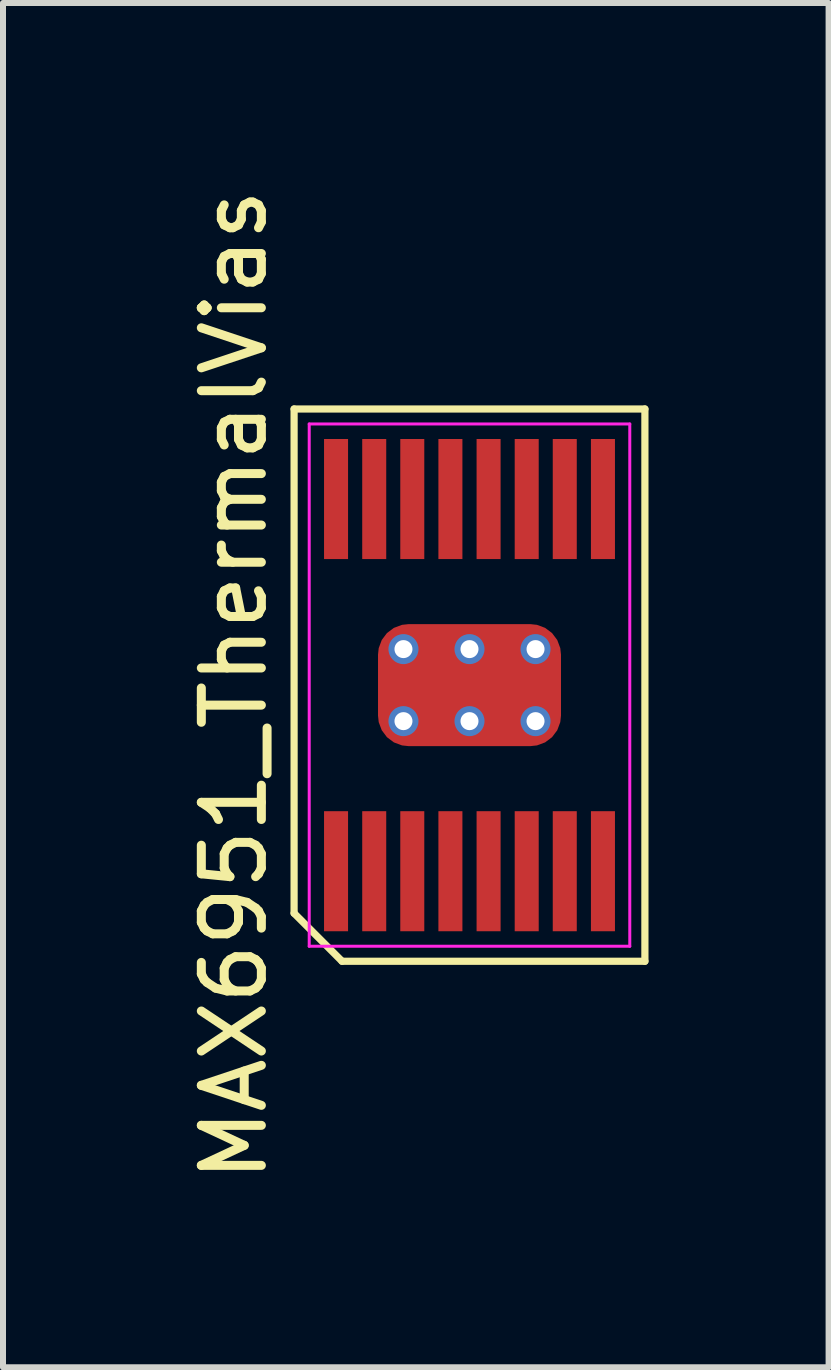
<source format=kicad_pcb>
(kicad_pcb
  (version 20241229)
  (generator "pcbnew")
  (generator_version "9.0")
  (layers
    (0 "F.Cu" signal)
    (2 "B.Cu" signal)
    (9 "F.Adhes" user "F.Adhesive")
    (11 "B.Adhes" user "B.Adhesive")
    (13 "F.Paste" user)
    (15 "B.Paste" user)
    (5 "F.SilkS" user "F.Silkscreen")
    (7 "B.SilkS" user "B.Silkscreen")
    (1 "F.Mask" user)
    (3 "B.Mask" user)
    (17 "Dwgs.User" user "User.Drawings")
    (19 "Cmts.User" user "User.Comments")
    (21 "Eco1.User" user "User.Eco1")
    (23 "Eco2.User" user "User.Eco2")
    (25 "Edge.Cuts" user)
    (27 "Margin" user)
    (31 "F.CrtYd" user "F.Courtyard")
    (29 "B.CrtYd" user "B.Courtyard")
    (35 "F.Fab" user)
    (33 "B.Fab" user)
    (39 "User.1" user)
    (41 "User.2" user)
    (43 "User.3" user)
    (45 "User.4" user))
  (footprint "MAX6951_ThermalVias"
    (layer "F.Cu")
    (at 4.771 8.363)
    (property "Reference" "MAX6951_ThermalVias" (at -3.922 0 90) (layer "F.SilkS") (effects (font (size 1 1) (thickness 0.15))))
    (attr smd)
    (fp_line (start -2.922 -4.6) (end 2.922 -4.6) (stroke (width 0.12) (type solid)) (layer "F.SilkS"))
    (fp_line (start -2.922 3.8) (end -2.922 -4.6) (stroke (width 0.12) (type solid)) (layer "F.SilkS"))
    (fp_line (start -2.123 4.6) (end -2.922 3.8) (stroke (width 0.12) (type solid)) (layer "F.SilkS"))
    (fp_line (start 2.922 -4.6) (end 2.922 4.6) (stroke (width 0.12) (type solid)) (layer "F.SilkS"))
    (fp_line (start 2.922 4.6) (end -2.123 4.6) (stroke (width 0.12) (type solid)) (layer "F.SilkS"))
    (fp_line (start -2.67 -4.35) (end 2.67 -4.35) (stroke (width 0.05) (type solid)) (layer "F.CrtYd"))
    (fp_line (start -2.67 4.35) (end -2.67 -4.35) (stroke (width 0.05) (type solid)) (layer "F.CrtYd"))
    (fp_line (start 2.67 -4.35) (end 2.67 4.35) (stroke (width 0.05) (type solid)) (layer "F.CrtYd"))
    (fp_line (start 2.67 4.35) (end -2.67 4.35) (stroke (width 0.05) (type solid)) (layer "F.CrtYd"))
    (pad "1" smd rect (at -2.223 3.1) (size 0.4 2) (layers "F.Cu" "F.Mask" "F.Paste"))
    (pad "2" smd rect (at -1.587 3.1) (size 0.4 2) (layers "F.Cu" "F.Mask" "F.Paste"))
    (pad "3" smd rect (at -0.953 3.1) (size 0.4 2) (layers "F.Cu" "F.Mask" "F.Paste"))
    (pad "4" smd rect (at -0.318 3.1) (size 0.4 2) (layers "F.Cu" "F.Mask" "F.Paste"))
    (pad "5" smd rect (at 0.318 3.1) (size 0.4 2) (layers "F.Cu" "F.Mask" "F.Paste"))
    (pad "6" smd rect (at 0.953 3.1) (size 0.4 2) (layers "F.Cu" "F.Mask" "F.Paste"))
    (pad "7" smd rect (at 1.587 3.1) (size 0.4 2) (layers "F.Cu" "F.Mask" "F.Paste"))
    (pad "8" smd rect (at 2.223 3.1) (size 0.4 2) (layers "F.Cu" "F.Mask" "F.Paste"))
    (pad "9" smd rect (at 2.223 -3.1) (size 0.4 2) (layers "F.Cu" "F.Mask" "F.Paste"))
    (pad "10" smd rect (at 1.587 -3.1) (size 0.4 2) (layers "F.Cu" "F.Mask" "F.Paste"))
    (pad "11" smd rect (at 0.953 -3.1) (size 0.4 2) (layers "F.Cu" "F.Mask" "F.Paste"))
    (pad "12" smd rect (at 0.318 -3.1) (size 0.4 2) (layers "F.Cu" "F.Mask" "F.Paste"))
    (pad "13" smd rect (at -0.318 -3.1) (size 0.4 2) (layers "F.Cu" "F.Mask" "F.Paste"))
    (pad "14" smd rect (at -0.953 -3.1) (size 0.4 2) (layers "F.Cu" "F.Mask" "F.Paste"))
    (pad "15" smd rect (at -1.587 -3.1) (size 0.4 2) (layers "F.Cu" "F.Mask" "F.Paste"))
    (pad "16" smd rect (at -2.223 -3.1) (size 0.4 2) (layers "F.Cu" "F.Mask" "F.Paste"))
    (pad "17" thru_hole circle (at -1.1 -0.6) (size 0.5 0.5) (drill 0.3) (layers "*.Cu"))
    (pad "17" thru_hole circle (at -1.1 0.6) (size 0.5 0.5) (drill 0.3) (layers "*.Cu"))
    (pad "17" thru_hole circle (at 0 -0.6) (size 0.5 0.5) (drill 0.3) (layers "*.Cu"))
    (pad "17" smd roundrect (at 0 0) (size 3.048 2.032) (layers "F.Cu" "F.Mask" "F.Paste") (roundrect_rratio 0.25))
    (pad "17" thru_hole circle (at 0 0.6) (size 0.5 0.5) (drill 0.3) (layers "*.Cu"))
    (pad "17" thru_hole circle (at 1.1 -0.6) (size 0.5 0.5) (drill 0.3) (layers "*.Cu"))
    (pad "17" thru_hole circle (at 1.1 0.6) (size 0.5 0.5) (drill 0.3) (layers "*.Cu")))
  (gr_rect
    (start -3 -3)
    (end 10.753 19.726)
    (stroke (width 0.1) (type default))
    (fill no)
    (layer "Edge.Cuts")))
</source>
